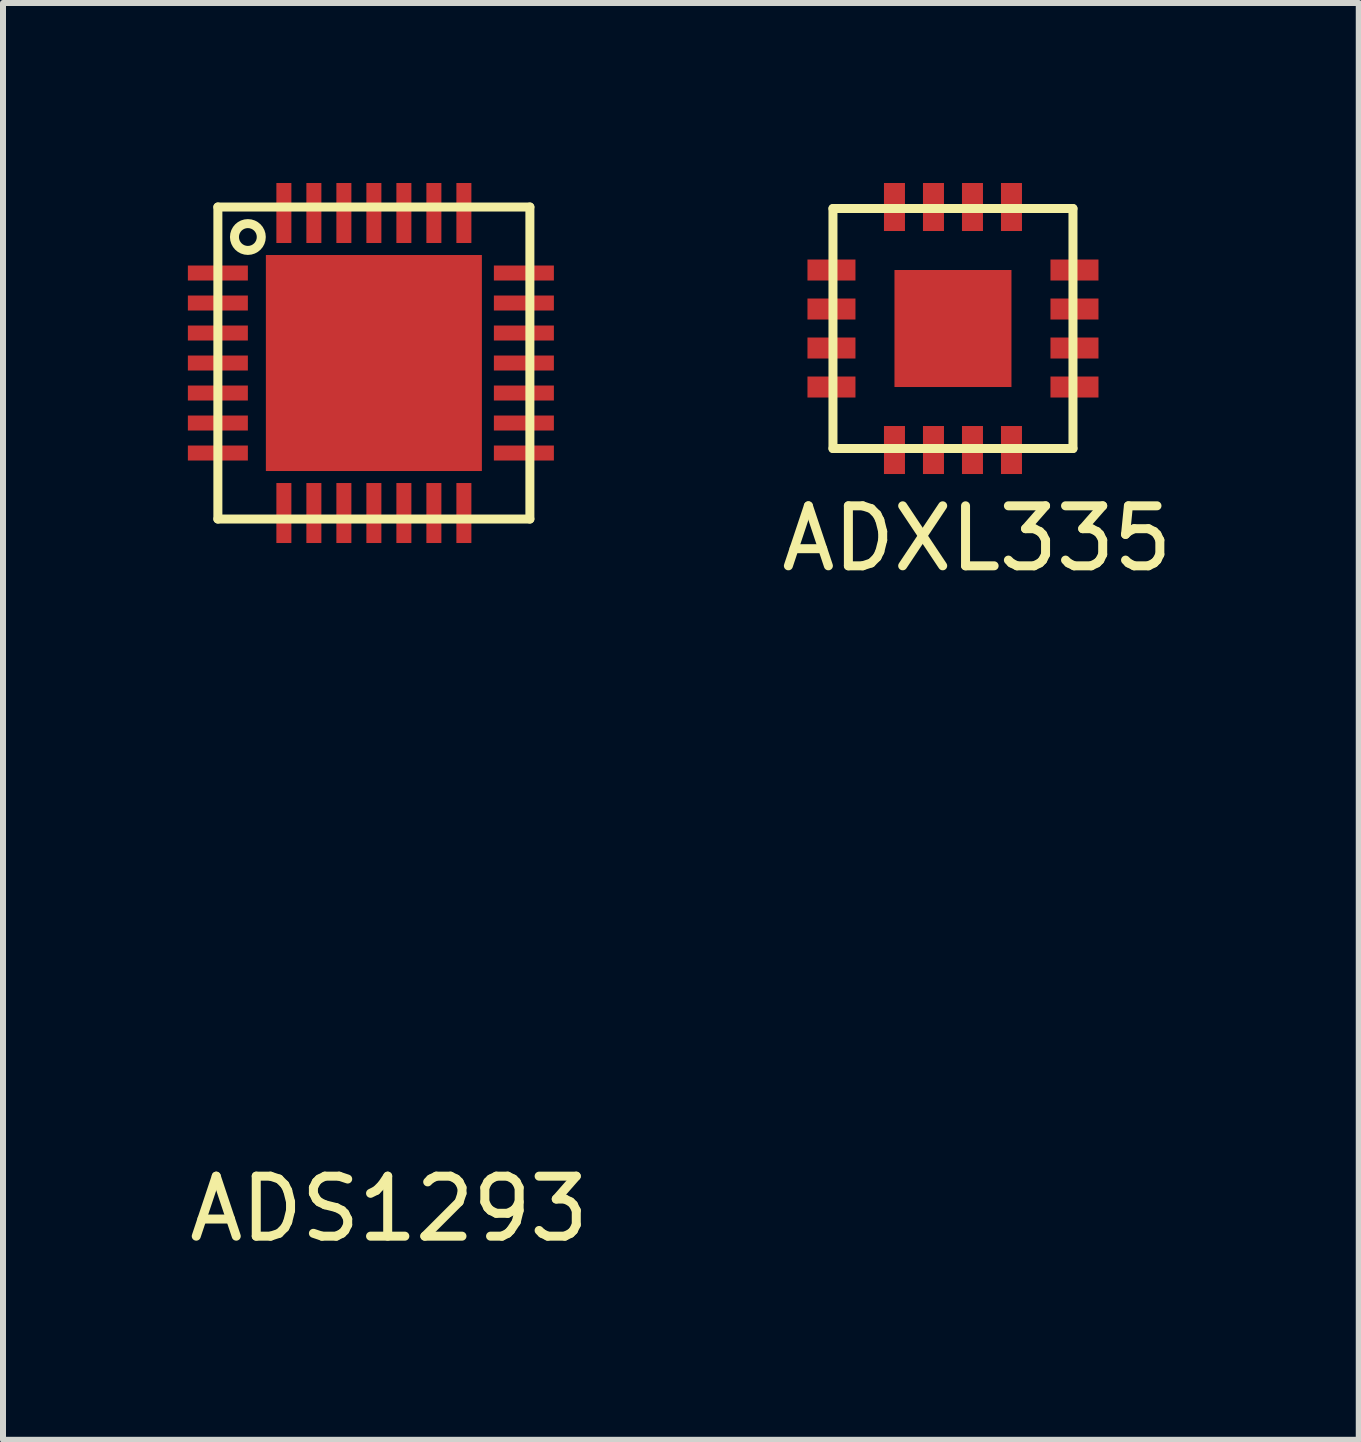
<source format=kicad_pcb>
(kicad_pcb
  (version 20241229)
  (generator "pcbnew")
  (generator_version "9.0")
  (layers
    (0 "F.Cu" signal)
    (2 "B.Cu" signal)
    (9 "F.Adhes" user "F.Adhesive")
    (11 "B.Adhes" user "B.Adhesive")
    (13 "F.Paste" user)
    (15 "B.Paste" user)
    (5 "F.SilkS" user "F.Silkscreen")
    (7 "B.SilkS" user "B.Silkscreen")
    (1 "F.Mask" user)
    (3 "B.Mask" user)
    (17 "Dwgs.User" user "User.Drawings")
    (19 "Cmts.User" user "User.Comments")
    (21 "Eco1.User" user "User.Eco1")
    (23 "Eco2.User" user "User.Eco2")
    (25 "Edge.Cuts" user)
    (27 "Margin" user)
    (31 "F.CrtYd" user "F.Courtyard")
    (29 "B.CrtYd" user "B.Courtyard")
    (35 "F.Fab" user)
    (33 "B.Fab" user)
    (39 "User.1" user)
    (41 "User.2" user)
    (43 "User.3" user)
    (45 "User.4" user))
  (footprint "ADS1293"
    (layer "F.Cu")
    (at 3.181 3)
    (property "Reference" "ADS1293" (at 0.254 14.097 0) (layer "F.SilkS") (effects (font (size 1 1) (thickness 0.15))))
    (attr through_hole)
    (fp_line (start -2.6 -2.6) (end 2.6 -2.6) (stroke (width 0.15) (type solid)) (layer "F.SilkS"))
    (fp_line (start -2.6 2.6) (end -2.6 -2.6) (stroke (width 0.15) (type solid)) (layer "F.SilkS"))
    (fp_line (start 2.6 -2.6) (end 2.6 2.6) (stroke (width 0.15) (type solid)) (layer "F.SilkS"))
    (fp_line (start 2.6 2.6) (end -2.6 2.6) (stroke (width 0.15) (type solid)) (layer "F.SilkS"))
    (fp_circle (center -2.1 -2.1) (end -2 -1.9) (stroke (width 0.15) (type solid)) (fill no) (layer "F.SilkS"))
    (pad "1" smd rect (at -1.5 -2.5) (size 0.25 1) (layers "F.Cu" "F.Mask" "F.Paste"))
    (pad "2" smd rect (at -1 -2.5) (size 0.25 1) (layers "F.Cu" "F.Mask" "F.Paste"))
    (pad "3" smd rect (at -0.5 -2.5) (size 0.25 1) (layers "F.Cu" "F.Mask" "F.Paste"))
    (pad "4" smd rect (at 0 -2.5) (size 0.25 1) (layers "F.Cu" "F.Mask" "F.Paste"))
    (pad "5" smd rect (at 0.5 -2.5) (size 0.25 1) (layers "F.Cu" "F.Mask" "F.Paste"))
    (pad "6" smd rect (at 1 -2.5) (size 0.25 1) (layers "F.Cu" "F.Mask" "F.Paste"))
    (pad "7" smd rect (at 1.5 -2.5) (size 0.25 1) (layers "F.Cu" "F.Mask" "F.Paste"))
    (pad "8" smd rect (at 2.5 -1.5) (size 1 0.25) (layers "F.Cu" "F.Mask" "F.Paste"))
    (pad "9" smd rect (at 2.5 -1) (size 1 0.25) (layers "F.Cu" "F.Mask" "F.Paste"))
    (pad "10" smd rect (at 2.5 -0.5) (size 1 0.25) (layers "F.Cu" "F.Mask" "F.Paste"))
    (pad "11" smd rect (at 2.5 0) (size 1 0.25) (layers "F.Cu" "F.Mask" "F.Paste"))
    (pad "12" smd rect (at 2.5 0.5) (size 1 0.25) (layers "F.Cu" "F.Mask" "F.Paste"))
    (pad "13" smd rect (at 2.5 1) (size 1 0.25) (layers "F.Cu" "F.Mask" "F.Paste"))
    (pad "14" smd rect (at 2.5 1.5) (size 1 0.25) (layers "F.Cu" "F.Mask" "F.Paste"))
    (pad "15" smd rect (at 1.5 2.5) (size 0.25 1) (layers "F.Cu" "F.Mask" "F.Paste"))
    (pad "16" smd rect (at 1 2.5) (size 0.25 1) (layers "F.Cu" "F.Mask" "F.Paste"))
    (pad "17" smd rect (at 0.5 2.5) (size 0.25 1) (layers "F.Cu" "F.Mask" "F.Paste"))
    (pad "18" smd rect (at 0 2.5) (size 0.25 1) (layers "F.Cu" "F.Mask" "F.Paste"))
    (pad "19" smd rect (at -0.5 2.5) (size 0.25 1) (layers "F.Cu" "F.Mask" "F.Paste"))
    (pad "20" smd rect (at -1 2.5) (size 0.25 1) (layers "F.Cu" "F.Mask" "F.Paste"))
    (pad "21" smd rect (at -1.5 2.5) (size 0.25 1) (layers "F.Cu" "F.Mask" "F.Paste"))
    (pad "22" smd rect (at -2.6 1.5) (size 1 0.25) (layers "F.Cu" "F.Mask" "F.Paste"))
    (pad "23" smd rect (at -2.6 1) (size 1 0.25) (layers "F.Cu" "F.Mask" "F.Paste"))
    (pad "24" smd rect (at -2.6 0.5) (size 1 0.25) (layers "F.Cu" "F.Mask" "F.Paste"))
    (pad "25" smd rect (at -2.6 0) (size 1 0.25) (layers "F.Cu" "F.Mask" "F.Paste"))
    (pad "26" smd rect (at -2.6 -0.5) (size 1 0.25) (layers "F.Cu" "F.Mask" "F.Paste"))
    (pad "27" smd rect (at -2.6 -1) (size 1 0.25) (layers "F.Cu" "F.Mask" "F.Paste"))
    (pad "28" smd rect (at -2.6 -1.5) (size 1 0.25) (layers "F.Cu" "F.Mask" "F.Paste"))
    (pad "~" smd rect (at 0 0) (size 3.6 3.6) (layers "F.Cu" "F.Mask" "F.Paste")))
  (footprint "ADXL335"
    (layer "F.Cu")
    (at 12.832 2.425)
    (property "Reference" "ADXL335" (at 0.4 3.5 0) (layer "F.SilkS") (effects (font (size 1 1) (thickness 0.15))))
    (attr through_hole)
    (fp_line (start -2 -2) (end -2 2) (stroke (width 0.15) (type solid)) (layer "F.SilkS"))
    (fp_line (start -2 2) (end 2 2) (stroke (width 0.15) (type solid)) (layer "F.SilkS"))
    (fp_line (start 2 -2) (end -2 -2) (stroke (width 0.15) (type solid)) (layer "F.SilkS"))
    (fp_line (start 2 2) (end 2 -2) (stroke (width 0.15) (type solid)) (layer "F.SilkS"))
    (pad "1" smd rect (at 2.025 -0.975) (size 0.8 0.35) (layers "F.Cu" "F.Mask" "F.Paste"))
    (pad "2" smd rect (at 2.025 -0.325) (size 0.8 0.35) (layers "F.Cu" "F.Mask" "F.Paste"))
    (pad "3" smd rect (at 2.025 0.325) (size 0.8 0.35) (layers "F.Cu" "F.Mask" "F.Paste"))
    (pad "4" smd rect (at 2.025 0.975) (size 0.8 0.35) (layers "F.Cu" "F.Mask" "F.Paste"))
    (pad "5" smd rect (at 0.975 2.025) (size 0.35 0.8) (layers "F.Cu" "F.Mask" "F.Paste"))
    (pad "6" smd rect (at 0.325 2.025) (size 0.35 0.8) (layers "F.Cu" "F.Mask" "F.Paste"))
    (pad "7" smd rect (at -0.325 2.025) (size 0.35 0.8) (layers "F.Cu" "F.Mask" "F.Paste"))
    (pad "8" smd rect (at -0.975 2.025) (size 0.35 0.8) (layers "F.Cu" "F.Mask" "F.Paste"))
    (pad "9" smd rect (at -2.025 0.975) (size 0.8 0.35) (layers "F.Cu" "F.Mask" "F.Paste"))
    (pad "10" smd rect (at -2.025 0.325) (size 0.8 0.35) (layers "F.Cu" "F.Mask" "F.Paste"))
    (pad "11" smd rect (at -2.025 -0.325) (size 0.8 0.35) (layers "F.Cu" "F.Mask" "F.Paste"))
    (pad "12" smd rect (at -2.025 -0.975) (size 0.8 0.35) (layers "F.Cu" "F.Mask" "F.Paste"))
    (pad "13" smd rect (at -0.975 -2.025) (size 0.35 0.8) (layers "F.Cu" "F.Mask" "F.Paste"))
    (pad "14" smd rect (at -0.325 -2.025) (size 0.35 0.8) (layers "F.Cu" "F.Mask" "F.Paste"))
    (pad "15" smd rect (at 0.325 -2.025) (size 0.35 0.8) (layers "F.Cu" "F.Mask" "F.Paste"))
    (pad "16" smd rect (at 0.975 -2.025) (size 0.35 0.8) (layers "F.Cu" "F.Mask" "F.Paste"))
    (pad "~" smd rect (at 0 0) (size 1.95 1.95) (layers "F.Cu" "F.Mask" "F.Paste")))
  (gr_rect
    (start -3 -3)
    (end 19.595 20.945)
    (stroke (width 0.1) (type default))
    (fill no)
    (layer "Edge.Cuts")))
</source>
